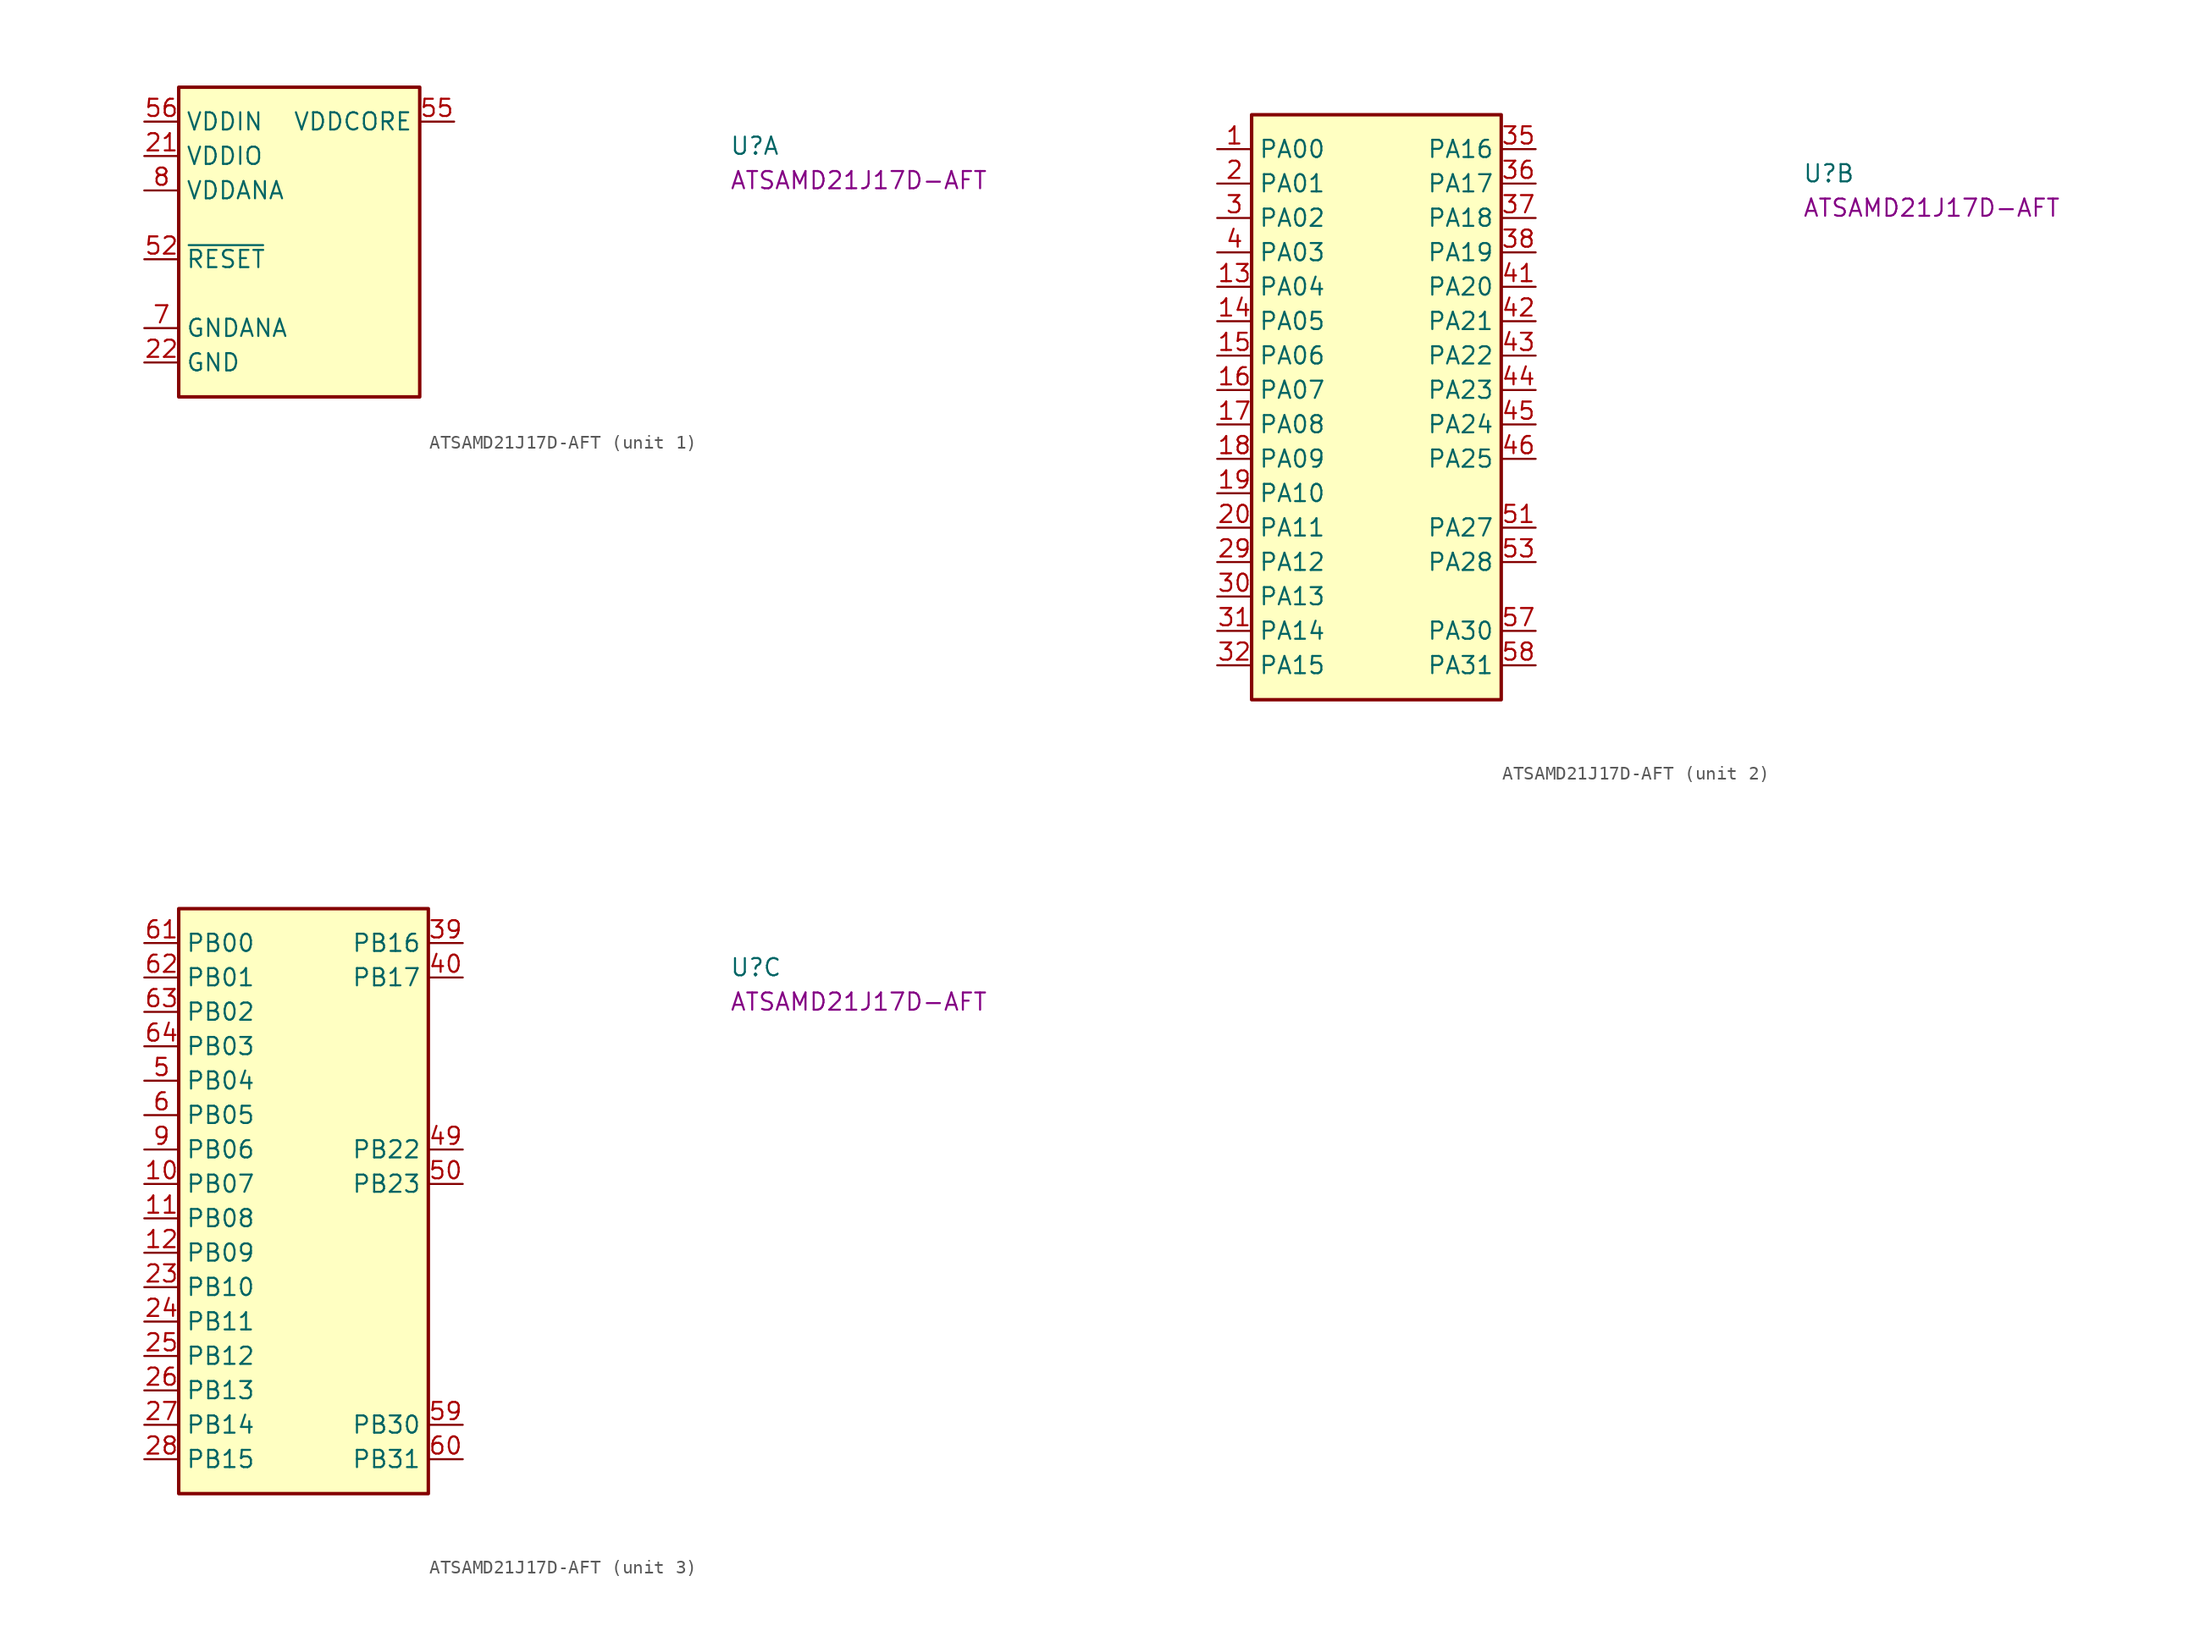
<source format=kicad_sym>
(kicad_symbol_lib
  (version 20220914)
  (generator kicad_symbol_editor)
  (symbol "ATSAMD21J17D-AFT"
    (property "Reference" "U"
      (at 43.18 -2.54 0)
      (effects (font (size 1.27 1.27) (thickness 0.15)) (justify left bottom)))
    (property "MPN" "ATSAMD21J17D-AFT"
      (at 43.18 -5.08 0)
      (effects (font (size 1.27 1.27) (thickness 0.15)) (justify left bottom)))
    (symbol "ATSAMD21J17D-AFT_1_1"
      (rectangle (start 2.54 2.54) (end 20.32 -20.32) (stroke (width 0.254) (type default)) (fill (type background)))
      (pin power_in line (at 0 -2.54 0) (length 2.54) (name "VDDIO" (effects (font (size 1.27 1.27)))) (number "21" (effects (font (size 1.27 1.27)))) (alternate "ADC_IN1" passive line) (alternate "COMP1_INP" passive line) (alternate "LCD_SEG0" passive line) (alternate "TIM2_CH2" passive line) (alternate "USART2_RTS" passive line))
      (pin power_in line (at 0 -17.78 0) (length 2.54) (name "GND" (effects (font (size 1.27 1.27)))) (number "22" (effects (font (size 1.27 1.27)))) (alternate "ADC_IN1" passive line) (alternate "COMP1_INP" passive line) (alternate "LCD_SEG0" passive line) (alternate "TIM2_CH2" passive line) (alternate "USART2_RTS" passive line))
      (pin passive line (at 0 -17.78 0) (length 2.54) hide (name "GND" (effects (font (size 1.27 1.27)))) (number "33" (effects (font (size 1.27 1.27)))) (alternate "ADC_IN1" passive line) (alternate "COMP1_INP" passive line) (alternate "LCD_SEG0" passive line) (alternate "TIM2_CH2" passive line) (alternate "USART2_RTS" passive line))
      (pin passive line (at 0 -2.54 0) (length 2.54) hide (name "VDDIO" (effects (font (size 1.27 1.27)))) (number "34" (effects (font (size 1.27 1.27)))) (alternate "ADC_IN1" passive line) (alternate "COMP1_INP" passive line) (alternate "LCD_SEG0" passive line) (alternate "TIM2_CH2" passive line) (alternate "USART2_RTS" passive line))
      (pin passive line (at 0 -17.78 0) (length 2.54) hide (name "GND" (effects (font (size 1.27 1.27)))) (number "47" (effects (font (size 1.27 1.27)))) (alternate "ADC_IN1" passive line) (alternate "COMP1_INP" passive line) (alternate "LCD_SEG0" passive line) (alternate "TIM2_CH2" passive line) (alternate "USART2_RTS" passive line))
      (pin passive line (at 0 -2.54 0) (length 2.54) hide (name "VDDIO" (effects (font (size 1.27 1.27)))) (number "48" (effects (font (size 1.27 1.27)))) (alternate "ADC_IN1" passive line) (alternate "COMP1_INP" passive line) (alternate "LCD_SEG0" passive line) (alternate "TIM2_CH2" passive line) (alternate "USART2_RTS" passive line))
      (pin input line (at 0 -10.16 0) (length 2.54) (name "~{RESET}" (effects (font (size 1.27 1.27)))) (number "52" (effects (font (size 1.27 1.27)))) (alternate "ADC_IN1" passive line) (alternate "COMP1_INP" passive line) (alternate "LCD_SEG0" passive line) (alternate "TIM2_CH2" passive line) (alternate "USART2_RTS" passive line))
      (pin passive line (at 0 -17.78 0) (length 2.54) hide (name "GND" (effects (font (size 1.27 1.27)))) (number "54" (effects (font (size 1.27 1.27)))) (alternate "ADC_IN1" passive line) (alternate "COMP1_INP" passive line) (alternate "LCD_SEG0" passive line) (alternate "TIM2_CH2" passive line) (alternate "USART2_RTS" passive line))
      (pin power_out line (at 22.86 0 180) (length 2.54) (name "VDDCORE" (effects (font (size 1.27 1.27)))) (number "55" (effects (font (size 1.27 1.27)))) (alternate "ADC_IN1" passive line) (alternate "COMP1_INP" passive line) (alternate "LCD_SEG0" passive line) (alternate "TIM2_CH2" passive line) (alternate "USART2_RTS" passive line))
      (pin power_in line (at 0 0 0) (length 2.54) (name "VDDIN" (effects (font (size 1.27 1.27)))) (number "56" (effects (font (size 1.27 1.27)))) (alternate "ADC_IN1" passive line) (alternate "COMP1_INP" passive line) (alternate "LCD_SEG0" passive line) (alternate "TIM2_CH2" passive line) (alternate "USART2_RTS" passive line))
      (pin power_in line (at 0 -15.24 0) (length 2.54) (name "GNDANA" (effects (font (size 1.27 1.27)))) (number "7" (effects (font (size 1.27 1.27)))) (alternate "ADC_IN1" passive line) (alternate "COMP1_INP" passive line) (alternate "LCD_SEG0" passive line) (alternate "TIM2_CH2" passive line) (alternate "USART2_RTS" passive line))
      (pin power_in line (at 0 -5.08 0) (length 2.54) (name "VDDANA" (effects (font (size 1.27 1.27)))) (number "8" (effects (font (size 1.27 1.27)))) (alternate "ADC_IN1" passive line) (alternate "COMP1_INP" passive line) (alternate "LCD_SEG0" passive line) (alternate "TIM2_CH2" passive line) (alternate "USART2_RTS" passive line)))
    (symbol "ATSAMD21J17D-AFT_2_1"
      (rectangle (start 2.54 2.54) (end 20.955 -40.64) (stroke (width 0.254) (type default)) (fill (type background)))
      (pin passive line (at 0 0 0) (length 2.54) (name "PA00" (effects (font (size 1.27 1.27)))) (number "1" (effects (font (size 1.27 1.27)))) (alternate "ADC_IN1" passive line) (alternate "COMP1_INP" passive line) (alternate "LCD_SEG0" passive line) (alternate "TIM2_CH2" passive line) (alternate "USART2_RTS" passive line))
      (pin passive line (at 0 -10.16 0) (length 2.54) (name "PA04" (effects (font (size 1.27 1.27)))) (number "13" (effects (font (size 1.27 1.27)))) (alternate "ADC_IN1" passive line) (alternate "COMP1_INP" passive line) (alternate "LCD_SEG0" passive line) (alternate "TIM2_CH2" passive line) (alternate "USART2_RTS" passive line))
      (pin passive line (at 0 -12.7 0) (length 2.54) (name "PA05" (effects (font (size 1.27 1.27)))) (number "14" (effects (font (size 1.27 1.27)))) (alternate "ADC_IN1" passive line) (alternate "COMP1_INP" passive line) (alternate "LCD_SEG0" passive line) (alternate "TIM2_CH2" passive line) (alternate "USART2_RTS" passive line))
      (pin passive line (at 0 -15.24 0) (length 2.54) (name "PA06" (effects (font (size 1.27 1.27)))) (number "15" (effects (font (size 1.27 1.27)))) (alternate "ADC_IN1" passive line) (alternate "COMP1_INP" passive line) (alternate "LCD_SEG0" passive line) (alternate "TIM2_CH2" passive line) (alternate "USART2_RTS" passive line))
      (pin passive line (at 0 -17.78 0) (length 2.54) (name "PA07" (effects (font (size 1.27 1.27)))) (number "16" (effects (font (size 1.27 1.27)))) (alternate "ADC_IN1" passive line) (alternate "COMP1_INP" passive line) (alternate "LCD_SEG0" passive line) (alternate "TIM2_CH2" passive line) (alternate "USART2_RTS" passive line))
      (pin bidirectional line (at 0 -20.32 0) (length 2.54) (name "PA08" (effects (font (size 1.27 1.27)))) (number "17" (effects (font (size 1.27 1.27)))) (alternate "ADC_IN1" passive line) (alternate "COMP1_INP" passive line) (alternate "LCD_SEG0" passive line) (alternate "TIM2_CH2" passive line) (alternate "USART2_RTS" passive line))
      (pin bidirectional line (at 0 -22.86 0) (length 2.54) (name "PA09" (effects (font (size 1.27 1.27)))) (number "18" (effects (font (size 1.27 1.27)))) (alternate "ADC_IN1" passive line) (alternate "COMP1_INP" passive line) (alternate "LCD_SEG0" passive line) (alternate "TIM2_CH2" passive line) (alternate "USART2_RTS" passive line))
      (pin bidirectional line (at 0 -25.4 0) (length 2.54) (name "PA10" (effects (font (size 1.27 1.27)))) (number "19" (effects (font (size 1.27 1.27)))) (alternate "ADC_IN1" passive line) (alternate "COMP1_INP" passive line) (alternate "LCD_SEG0" passive line) (alternate "TIM2_CH2" passive line) (alternate "USART2_RTS" passive line))
      (pin passive line (at 0 -2.54 0) (length 2.54) (name "PA01" (effects (font (size 1.27 1.27)))) (number "2" (effects (font (size 1.27 1.27)))) (alternate "ADC_IN1" passive line) (alternate "COMP1_INP" passive line) (alternate "LCD_SEG0" passive line) (alternate "TIM2_CH2" passive line) (alternate "USART2_RTS" passive line))
      (pin bidirectional line (at 0 -27.94 0) (length 2.54) (name "PA11" (effects (font (size 1.27 1.27)))) (number "20" (effects (font (size 1.27 1.27)))) (alternate "ADC_IN1" passive line) (alternate "COMP1_INP" passive line) (alternate "LCD_SEG0" passive line) (alternate "TIM2_CH2" passive line) (alternate "USART2_RTS" passive line))
      (pin bidirectional line (at 0 -30.48 0) (length 2.54) (name "PA12" (effects (font (size 1.27 1.27)))) (number "29" (effects (font (size 1.27 1.27)))) (alternate "ADC_IN1" passive line) (alternate "COMP1_INP" passive line) (alternate "LCD_SEG0" passive line) (alternate "TIM2_CH2" passive line) (alternate "USART2_RTS" passive line))
      (pin passive line (at 0 -5.08 0) (length 2.54) (name "PA02" (effects (font (size 1.27 1.27)))) (number "3" (effects (font (size 1.27 1.27)))) (alternate "ADC_IN1" passive line) (alternate "COMP1_INP" passive line) (alternate "LCD_SEG0" passive line) (alternate "TIM2_CH2" passive line) (alternate "USART2_RTS" passive line))
      (pin bidirectional line (at 0 -33.02 0) (length 2.54) (name "PA13" (effects (font (size 1.27 1.27)))) (number "30" (effects (font (size 1.27 1.27)))) (alternate "ADC_IN1" passive line) (alternate "COMP1_INP" passive line) (alternate "LCD_SEG0" passive line) (alternate "TIM2_CH2" passive line) (alternate "USART2_RTS" passive line))
      (pin passive line (at 0 -35.56 0) (length 2.54) (name "PA14" (effects (font (size 1.27 1.27)))) (number "31" (effects (font (size 1.27 1.27)))) (alternate "ADC_IN1" passive line) (alternate "COMP1_INP" passive line) (alternate "LCD_SEG0" passive line) (alternate "TIM2_CH2" passive line) (alternate "USART2_RTS" passive line))
      (pin passive line (at 0 -38.1 0) (length 2.54) (name "PA15" (effects (font (size 1.27 1.27)))) (number "32" (effects (font (size 1.27 1.27)))) (alternate "ADC_IN1" passive line) (alternate "COMP1_INP" passive line) (alternate "LCD_SEG0" passive line) (alternate "TIM2_CH2" passive line) (alternate "USART2_RTS" passive line))
      (pin bidirectional line (at 23.495 0 180) (length 2.54) (name "PA16" (effects (font (size 1.27 1.27)))) (number "35" (effects (font (size 1.27 1.27)))) (alternate "ADC_IN1" passive line) (alternate "COMP1_INP" passive line) (alternate "LCD_SEG0" passive line) (alternate "TIM2_CH2" passive line) (alternate "USART2_RTS" passive line))
      (pin bidirectional line (at 23.495 -2.54 180) (length 2.54) (name "PA17" (effects (font (size 1.27 1.27)))) (number "36" (effects (font (size 1.27 1.27)))) (alternate "ADC_IN1" passive line) (alternate "COMP1_INP" passive line) (alternate "LCD_SEG0" passive line) (alternate "TIM2_CH2" passive line) (alternate "USART2_RTS" passive line))
      (pin bidirectional line (at 23.495 -5.08 180) (length 2.54) (name "PA18" (effects (font (size 1.27 1.27)))) (number "37" (effects (font (size 1.27 1.27)))) (alternate "ADC_IN1" passive line) (alternate "COMP1_INP" passive line) (alternate "LCD_SEG0" passive line) (alternate "TIM2_CH2" passive line) (alternate "USART2_RTS" passive line))
      (pin bidirectional line (at 23.495 -7.62 180) (length 2.54) (name "PA19" (effects (font (size 1.27 1.27)))) (number "38" (effects (font (size 1.27 1.27)))) (alternate "ADC_IN1" passive line) (alternate "COMP1_INP" passive line) (alternate "LCD_SEG0" passive line) (alternate "TIM2_CH2" passive line) (alternate "USART2_RTS" passive line))
      (pin passive line (at 0 -7.62 0) (length 2.54) (name "PA03" (effects (font (size 1.27 1.27)))) (number "4" (effects (font (size 1.27 1.27)))) (alternate "ADC_IN1" passive line) (alternate "COMP1_INP" passive line) (alternate "LCD_SEG0" passive line) (alternate "TIM2_CH2" passive line) (alternate "USART2_RTS" passive line))
      (pin bidirectional line (at 23.495 -10.16 180) (length 2.54) (name "PA20" (effects (font (size 1.27 1.27)))) (number "41" (effects (font (size 1.27 1.27)))) (alternate "ADC_IN1" passive line) (alternate "COMP1_INP" passive line) (alternate "LCD_SEG0" passive line) (alternate "TIM2_CH2" passive line) (alternate "USART2_RTS" passive line))
      (pin bidirectional line (at 23.495 -12.7 180) (length 2.54) (name "PA21" (effects (font (size 1.27 1.27)))) (number "42" (effects (font (size 1.27 1.27)))) (alternate "ADC_IN1" passive line) (alternate "COMP1_INP" passive line) (alternate "LCD_SEG0" passive line) (alternate "TIM2_CH2" passive line) (alternate "USART2_RTS" passive line))
      (pin bidirectional line (at 23.495 -15.24 180) (length 2.54) (name "PA22" (effects (font (size 1.27 1.27)))) (number "43" (effects (font (size 1.27 1.27)))) (alternate "ADC_IN1" passive line) (alternate "COMP1_INP" passive line) (alternate "LCD_SEG0" passive line) (alternate "TIM2_CH2" passive line) (alternate "USART2_RTS" passive line))
      (pin bidirectional line (at 23.495 -17.78 180) (length 2.54) (name "PA23" (effects (font (size 1.27 1.27)))) (number "44" (effects (font (size 1.27 1.27)))) (alternate "ADC_IN1" passive line) (alternate "COMP1_INP" passive line) (alternate "LCD_SEG0" passive line) (alternate "TIM2_CH2" passive line) (alternate "USART2_RTS" passive line))
      (pin bidirectional line (at 23.495 -20.32 180) (length 2.54) (name "PA24" (effects (font (size 1.27 1.27)))) (number "45" (effects (font (size 1.27 1.27)))) (alternate "ADC_IN1" passive line) (alternate "COMP1_INP" passive line) (alternate "LCD_SEG0" passive line) (alternate "TIM2_CH2" passive line) (alternate "USART2_RTS" passive line))
      (pin bidirectional line (at 23.495 -22.86 180) (length 2.54) (name "PA25" (effects (font (size 1.27 1.27)))) (number "46" (effects (font (size 1.27 1.27)))) (alternate "ADC_IN1" passive line) (alternate "COMP1_INP" passive line) (alternate "LCD_SEG0" passive line) (alternate "TIM2_CH2" passive line) (alternate "USART2_RTS" passive line))
      (pin bidirectional line (at 23.495 -27.94 180) (length 2.54) (name "PA27" (effects (font (size 1.27 1.27)))) (number "51" (effects (font (size 1.27 1.27)))) (alternate "ADC_IN1" passive line) (alternate "COMP1_INP" passive line) (alternate "LCD_SEG0" passive line) (alternate "TIM2_CH2" passive line) (alternate "USART2_RTS" passive line))
      (pin bidirectional line (at 23.495 -30.48 180) (length 2.54) (name "PA28" (effects (font (size 1.27 1.27)))) (number "53" (effects (font (size 1.27 1.27)))) (alternate "ADC_IN1" passive line) (alternate "COMP1_INP" passive line) (alternate "LCD_SEG0" passive line) (alternate "TIM2_CH2" passive line) (alternate "USART2_RTS" passive line))
      (pin bidirectional line (at 23.495 -35.56 180) (length 2.54) (name "PA30" (effects (font (size 1.27 1.27)))) (number "57" (effects (font (size 1.27 1.27)))) (alternate "ADC_IN1" passive line) (alternate "COMP1_INP" passive line) (alternate "LCD_SEG0" passive line) (alternate "TIM2_CH2" passive line) (alternate "USART2_RTS" passive line))
      (pin bidirectional line (at 23.495 -38.1 180) (length 2.54) (name "PA31" (effects (font (size 1.27 1.27)))) (number "58" (effects (font (size 1.27 1.27)))) (alternate "ADC_IN1" passive line) (alternate "COMP1_INP" passive line) (alternate "LCD_SEG0" passive line) (alternate "TIM2_CH2" passive line) (alternate "USART2_RTS" passive line)))
    (symbol "ATSAMD21J17D-AFT_3_1"
      (rectangle (start 2.54 2.54) (end 20.955 -40.64) (stroke (width 0.254) (type default)) (fill (type background)))
      (pin passive line (at 0 -17.78 0) (length 2.54) (name "PB07" (effects (font (size 1.27 1.27)))) (number "10" (effects (font (size 1.27 1.27)))) (alternate "ADC_IN1" passive line) (alternate "COMP1_INP" passive line) (alternate "LCD_SEG0" passive line) (alternate "TIM2_CH2" passive line) (alternate "USART2_RTS" passive line))
      (pin passive line (at 0 -20.32 0) (length 2.54) (name "PB08" (effects (font (size 1.27 1.27)))) (number "11" (effects (font (size 1.27 1.27)))) (alternate "ADC_IN1" passive line) (alternate "COMP1_INP" passive line) (alternate "LCD_SEG0" passive line) (alternate "TIM2_CH2" passive line) (alternate "USART2_RTS" passive line))
      (pin passive line (at 0 -22.86 0) (length 2.54) (name "PB09" (effects (font (size 1.27 1.27)))) (number "12" (effects (font (size 1.27 1.27)))) (alternate "ADC_IN1" passive line) (alternate "COMP1_INP" passive line) (alternate "LCD_SEG0" passive line) (alternate "TIM2_CH2" passive line) (alternate "USART2_RTS" passive line))
      (pin bidirectional line (at 0 -25.4 0) (length 2.54) (name "PB10" (effects (font (size 1.27 1.27)))) (number "23" (effects (font (size 1.27 1.27)))) (alternate "ADC_IN1" passive line) (alternate "COMP1_INP" passive line) (alternate "LCD_SEG0" passive line) (alternate "TIM2_CH2" passive line) (alternate "USART2_RTS" passive line))
      (pin bidirectional line (at 0 -27.94 0) (length 2.54) (name "PB11" (effects (font (size 1.27 1.27)))) (number "24" (effects (font (size 1.27 1.27)))) (alternate "ADC_IN1" passive line) (alternate "COMP1_INP" passive line) (alternate "LCD_SEG0" passive line) (alternate "TIM2_CH2" passive line) (alternate "USART2_RTS" passive line))
      (pin bidirectional line (at 0 -30.48 0) (length 2.54) (name "PB12" (effects (font (size 1.27 1.27)))) (number "25" (effects (font (size 1.27 1.27)))) (alternate "ADC_IN1" passive line) (alternate "COMP1_INP" passive line) (alternate "LCD_SEG0" passive line) (alternate "TIM2_CH2" passive line) (alternate "USART2_RTS" passive line))
      (pin bidirectional line (at 0 -33.02 0) (length 2.54) (name "PB13" (effects (font (size 1.27 1.27)))) (number "26" (effects (font (size 1.27 1.27)))) (alternate "ADC_IN1" passive line) (alternate "COMP1_INP" passive line) (alternate "LCD_SEG0" passive line) (alternate "TIM2_CH2" passive line) (alternate "USART2_RTS" passive line))
      (pin bidirectional line (at 0 -35.56 0) (length 2.54) (name "PB14" (effects (font (size 1.27 1.27)))) (number "27" (effects (font (size 1.27 1.27)))) (alternate "ADC_IN1" passive line) (alternate "COMP1_INP" passive line) (alternate "LCD_SEG0" passive line) (alternate "TIM2_CH2" passive line) (alternate "USART2_RTS" passive line))
      (pin bidirectional line (at 0 -38.1 0) (length 2.54) (name "PB15" (effects (font (size 1.27 1.27)))) (number "28" (effects (font (size 1.27 1.27)))) (alternate "ADC_IN1" passive line) (alternate "COMP1_INP" passive line) (alternate "LCD_SEG0" passive line) (alternate "TIM2_CH2" passive line) (alternate "USART2_RTS" passive line))
      (pin bidirectional line (at 23.495 0 180) (length 2.54) (name "PB16" (effects (font (size 1.27 1.27)))) (number "39" (effects (font (size 1.27 1.27)))) (alternate "ADC_IN1" passive line) (alternate "COMP1_INP" passive line) (alternate "LCD_SEG0" passive line) (alternate "TIM2_CH2" passive line) (alternate "USART2_RTS" passive line))
      (pin bidirectional line (at 23.495 -2.54 180) (length 2.54) (name "PB17" (effects (font (size 1.27 1.27)))) (number "40" (effects (font (size 1.27 1.27)))) (alternate "ADC_IN1" passive line) (alternate "COMP1_INP" passive line) (alternate "LCD_SEG0" passive line) (alternate "TIM2_CH2" passive line) (alternate "USART2_RTS" passive line))
      (pin bidirectional line (at 23.495 -15.24 180) (length 2.54) (name "PB22" (effects (font (size 1.27 1.27)))) (number "49" (effects (font (size 1.27 1.27)))) (alternate "ADC_IN1" passive line) (alternate "COMP1_INP" passive line) (alternate "LCD_SEG0" passive line) (alternate "TIM2_CH2" passive line) (alternate "USART2_RTS" passive line))
      (pin passive line (at 0 -10.16 0) (length 2.54) (name "PB04" (effects (font (size 1.27 1.27)))) (number "5" (effects (font (size 1.27 1.27)))) (alternate "ADC_IN1" passive line) (alternate "COMP1_INP" passive line) (alternate "LCD_SEG0" passive line) (alternate "TIM2_CH2" passive line) (alternate "USART2_RTS" passive line))
      (pin bidirectional line (at 23.495 -17.78 180) (length 2.54) (name "PB23" (effects (font (size 1.27 1.27)))) (number "50" (effects (font (size 1.27 1.27)))) (alternate "ADC_IN1" passive line) (alternate "COMP1_INP" passive line) (alternate "LCD_SEG0" passive line) (alternate "TIM2_CH2" passive line) (alternate "USART2_RTS" passive line))
      (pin bidirectional line (at 23.495 -35.56 180) (length 2.54) (name "PB30" (effects (font (size 1.27 1.27)))) (number "59" (effects (font (size 1.27 1.27)))) (alternate "ADC_IN1" passive line) (alternate "COMP1_INP" passive line) (alternate "LCD_SEG0" passive line) (alternate "TIM2_CH2" passive line) (alternate "USART2_RTS" passive line))
      (pin passive line (at 0 -12.7 0) (length 2.54) (name "PB05" (effects (font (size 1.27 1.27)))) (number "6" (effects (font (size 1.27 1.27)))) (alternate "ADC_IN1" passive line) (alternate "COMP1_INP" passive line) (alternate "LCD_SEG0" passive line) (alternate "TIM2_CH2" passive line) (alternate "USART2_RTS" passive line))
      (pin bidirectional line (at 23.495 -38.1 180) (length 2.54) (name "PB31" (effects (font (size 1.27 1.27)))) (number "60" (effects (font (size 1.27 1.27)))) (alternate "ADC_IN1" passive line) (alternate "COMP1_INP" passive line) (alternate "LCD_SEG0" passive line) (alternate "TIM2_CH2" passive line) (alternate "USART2_RTS" passive line))
      (pin passive line (at 0 0 0) (length 2.54) (name "PB00" (effects (font (size 1.27 1.27)))) (number "61" (effects (font (size 1.27 1.27)))) (alternate "ADC_IN1" passive line) (alternate "COMP1_INP" passive line) (alternate "LCD_SEG0" passive line) (alternate "TIM2_CH2" passive line) (alternate "USART2_RTS" passive line))
      (pin passive line (at 0 -2.54 0) (length 2.54) (name "PB01" (effects (font (size 1.27 1.27)))) (number "62" (effects (font (size 1.27 1.27)))) (alternate "ADC_IN1" passive line) (alternate "COMP1_INP" passive line) (alternate "LCD_SEG0" passive line) (alternate "TIM2_CH2" passive line) (alternate "USART2_RTS" passive line))
      (pin passive line (at 0 -5.08 0) (length 2.54) (name "PB02" (effects (font (size 1.27 1.27)))) (number "63" (effects (font (size 1.27 1.27)))) (alternate "ADC_IN1" passive line) (alternate "COMP1_INP" passive line) (alternate "LCD_SEG0" passive line) (alternate "TIM2_CH2" passive line) (alternate "USART2_RTS" passive line))
      (pin passive line (at 0 -7.62 0) (length 2.54) (name "PB03" (effects (font (size 1.27 1.27)))) (number "64" (effects (font (size 1.27 1.27)))) (alternate "ADC_IN1" passive line) (alternate "COMP1_INP" passive line) (alternate "LCD_SEG0" passive line) (alternate "TIM2_CH2" passive line) (alternate "USART2_RTS" passive line))
      (pin passive line (at 0 -15.24 0) (length 2.54) (name "PB06" (effects (font (size 1.27 1.27)))) (number "9" (effects (font (size 1.27 1.27)))) (alternate "ADC_IN1" passive line) (alternate "COMP1_INP" passive line) (alternate "LCD_SEG0" passive line) (alternate "TIM2_CH2" passive line) (alternate "USART2_RTS" passive line)))))
</source>
